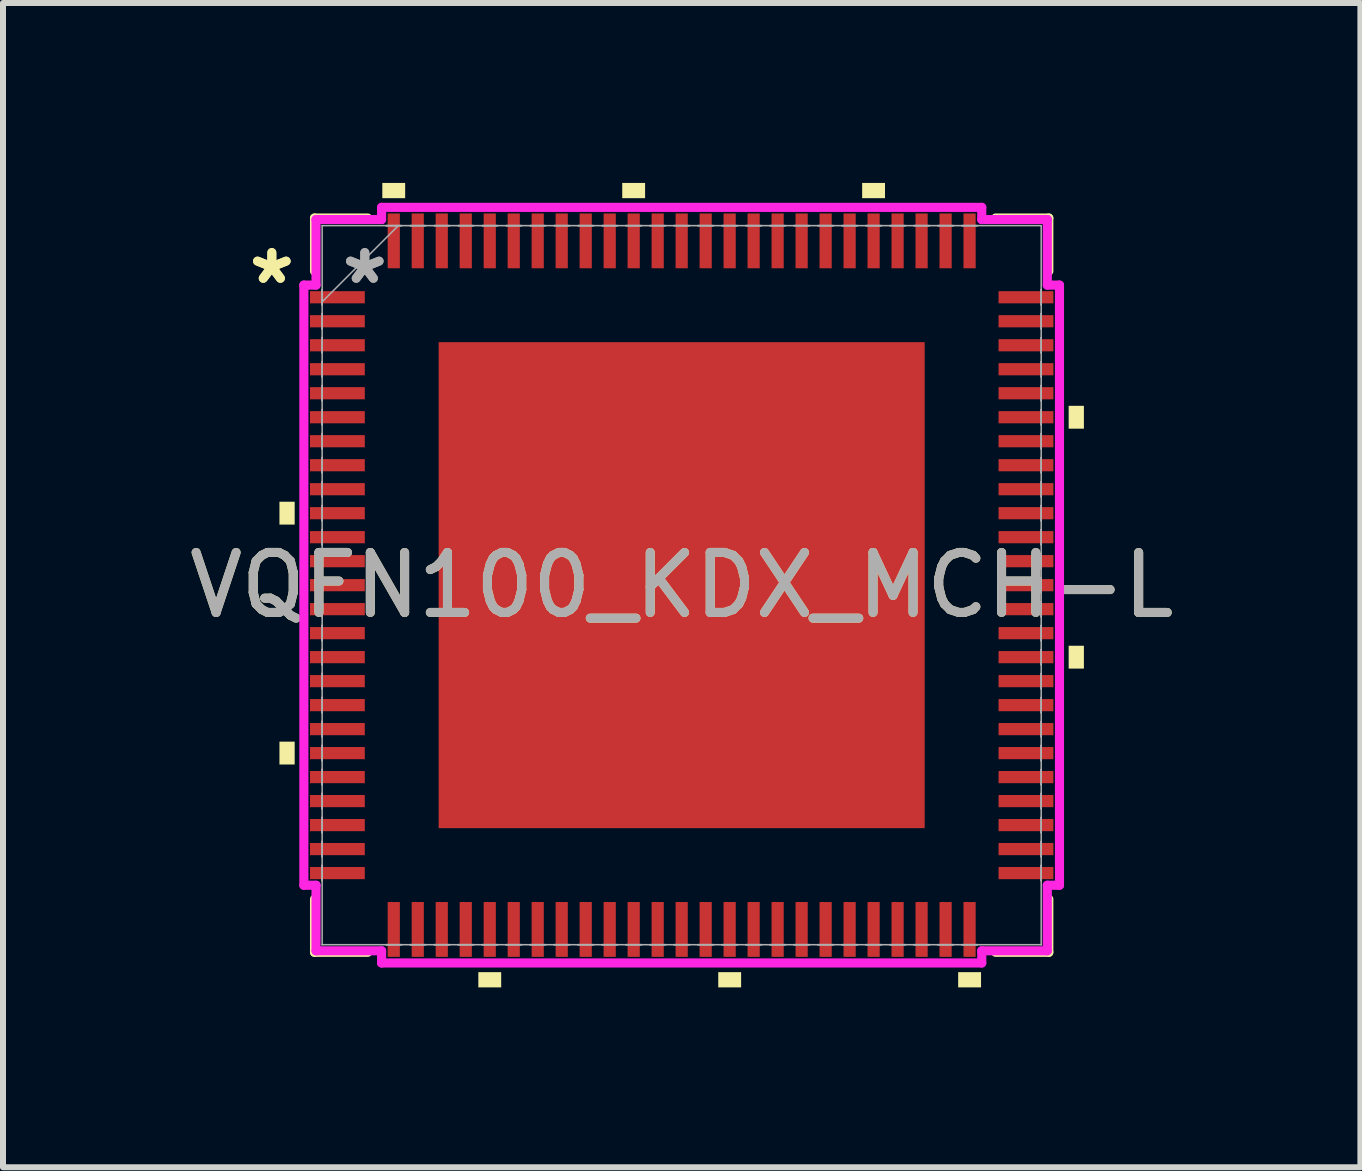
<source format=kicad_pcb>
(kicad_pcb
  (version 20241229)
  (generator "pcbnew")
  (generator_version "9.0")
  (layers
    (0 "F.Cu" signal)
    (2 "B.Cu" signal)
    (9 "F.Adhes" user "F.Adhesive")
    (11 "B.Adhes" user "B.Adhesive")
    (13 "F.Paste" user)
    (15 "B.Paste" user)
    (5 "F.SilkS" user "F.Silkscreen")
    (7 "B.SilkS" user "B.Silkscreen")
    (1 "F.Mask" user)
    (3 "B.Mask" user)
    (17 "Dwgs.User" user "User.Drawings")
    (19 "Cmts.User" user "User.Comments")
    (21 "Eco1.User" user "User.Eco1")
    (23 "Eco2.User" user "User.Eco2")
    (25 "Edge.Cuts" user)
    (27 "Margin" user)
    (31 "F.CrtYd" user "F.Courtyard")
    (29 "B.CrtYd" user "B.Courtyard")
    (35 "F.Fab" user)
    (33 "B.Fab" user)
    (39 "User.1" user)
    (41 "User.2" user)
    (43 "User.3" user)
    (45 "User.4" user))
  (footprint "VQFN100_KDX_MCH-L"
    (layer "F.Cu")
    (at 8.315 6.706)
    (property "Reference" "VQFN100_KDX_MCH-L" (at 0 0 0) (unlocked yes) (layer "F.SilkS") (effects (font (size 1 1) (thickness 0.15))))
    (attr smd)
    (fp_line (start -6.121 -6.121) (end -6.121 -5.234) (stroke (width 0.152) (type solid)) (layer "F.SilkS"))
    (fp_line (start -6.121 5.234) (end -6.121 6.121) (stroke (width 0.152) (type solid)) (layer "F.SilkS"))
    (fp_line (start -6.121 6.121) (end -5.234 6.121) (stroke (width 0.152) (type solid)) (layer "F.SilkS"))
    (fp_line (start -5.234 -6.121) (end -6.121 -6.121) (stroke (width 0.152) (type solid)) (layer "F.SilkS"))
    (fp_line (start 5.234 6.121) (end 6.121 6.121) (stroke (width 0.152) (type solid)) (layer "F.SilkS"))
    (fp_line (start 6.121 -6.121) (end 5.234 -6.121) (stroke (width 0.152) (type solid)) (layer "F.SilkS"))
    (fp_line (start 6.121 -5.234) (end 6.121 -6.121) (stroke (width 0.152) (type solid)) (layer "F.SilkS"))
    (fp_line (start 6.121 6.121) (end 6.121 5.234) (stroke (width 0.152) (type solid)) (layer "F.SilkS"))
    (fp_poly (pts (xy -6.706 -1.391) (xy -6.706 -1.01) (xy -6.452 -1.01) (xy -6.452 -1.391)) (stroke (width 0) (type solid)) (fill yes) (layer "F.SilkS"))
    (fp_poly (pts (xy -6.706 2.609) (xy -6.706 2.99) (xy -6.452 2.99) (xy -6.452 2.609)) (stroke (width 0) (type solid)) (fill yes) (layer "F.SilkS"))
    (fp_poly (pts (xy -4.991 -6.452) (xy -4.991 -6.706) (xy -4.61 -6.706) (xy -4.61 -6.452)) (stroke (width 0) (type solid)) (fill yes) (layer "F.SilkS"))
    (fp_poly (pts (xy -3.39 6.452) (xy -3.39 6.706) (xy -3.009 6.706) (xy -3.009 6.452)) (stroke (width 0) (type solid)) (fill yes) (layer "F.SilkS"))
    (fp_poly (pts (xy -0.991 -6.452) (xy -0.991 -6.706) (xy -0.61 -6.706) (xy -0.61 -6.452)) (stroke (width 0) (type solid)) (fill yes) (layer "F.SilkS"))
    (fp_poly (pts (xy 0.61 6.452) (xy 0.61 6.706) (xy 0.991 6.706) (xy 0.991 6.452)) (stroke (width 0) (type solid)) (fill yes) (layer "F.SilkS"))
    (fp_poly (pts (xy 3.009 -6.452) (xy 3.009 -6.706) (xy 3.39 -6.706) (xy 3.39 -6.452)) (stroke (width 0) (type solid)) (fill yes) (layer "F.SilkS"))
    (fp_poly (pts (xy 4.61 6.452) (xy 4.61 6.706) (xy 4.991 6.706) (xy 4.991 6.452)) (stroke (width 0) (type solid)) (fill yes) (layer "F.SilkS"))
    (fp_poly (pts (xy 6.706 -2.99) (xy 6.706 -2.609) (xy 6.452 -2.609) (xy 6.452 -2.99)) (stroke (width 0) (type solid)) (fill yes) (layer "F.SilkS"))
    (fp_poly (pts (xy 6.706 1.01) (xy 6.706 1.391) (xy 6.452 1.391) (xy 6.452 1.01)) (stroke (width 0) (type solid)) (fill yes) (layer "F.SilkS"))
    (fp_poly (pts (xy -3.951 -3.951) (xy -3.951 -2.801) (xy -2.801 -2.801) (xy -2.801 -3.951)) (stroke (width 0) (type solid)) (fill yes) (layer "F.Paste"))
    (fp_poly (pts (xy -3.951 -2.601) (xy -3.951 -1.45) (xy -2.801 -1.45) (xy -2.801 -2.601)) (stroke (width 0) (type solid)) (fill yes) (layer "F.Paste"))
    (fp_poly (pts (xy -3.951 -1.25) (xy -3.951 -0.1) (xy -2.801 -0.1) (xy -2.801 -1.25)) (stroke (width 0) (type solid)) (fill yes) (layer "F.Paste"))
    (fp_poly (pts (xy -3.951 0.1) (xy -3.951 1.25) (xy -2.801 1.25) (xy -2.801 0.1)) (stroke (width 0) (type solid)) (fill yes) (layer "F.Paste"))
    (fp_poly (pts (xy -3.951 1.45) (xy -3.951 2.601) (xy -2.801 2.601) (xy -2.801 1.45)) (stroke (width 0) (type solid)) (fill yes) (layer "F.Paste"))
    (fp_poly (pts (xy -3.951 2.801) (xy -3.951 3.951) (xy -2.801 3.951) (xy -2.801 2.801)) (stroke (width 0) (type solid)) (fill yes) (layer "F.Paste"))
    (fp_poly (pts (xy -2.601 -3.951) (xy -2.601 -2.801) (xy -1.45 -2.801) (xy -1.45 -3.951)) (stroke (width 0) (type solid)) (fill yes) (layer "F.Paste"))
    (fp_poly (pts (xy -2.601 -2.601) (xy -2.601 -1.45) (xy -1.45 -1.45) (xy -1.45 -2.601)) (stroke (width 0) (type solid)) (fill yes) (layer "F.Paste"))
    (fp_poly (pts (xy -2.601 -1.25) (xy -2.601 -0.1) (xy -1.45 -0.1) (xy -1.45 -1.25)) (stroke (width 0) (type solid)) (fill yes) (layer "F.Paste"))
    (fp_poly (pts (xy -2.601 0.1) (xy -2.601 1.25) (xy -1.45 1.25) (xy -1.45 0.1)) (stroke (width 0) (type solid)) (fill yes) (layer "F.Paste"))
    (fp_poly (pts (xy -2.601 1.45) (xy -2.601 2.601) (xy -1.45 2.601) (xy -1.45 1.45)) (stroke (width 0) (type solid)) (fill yes) (layer "F.Paste"))
    (fp_poly (pts (xy -2.601 2.801) (xy -2.601 3.951) (xy -1.45 3.951) (xy -1.45 2.801)) (stroke (width 0) (type solid)) (fill yes) (layer "F.Paste"))
    (fp_poly (pts (xy -1.25 -3.951) (xy -1.25 -2.801) (xy -0.1 -2.801) (xy -0.1 -3.951)) (stroke (width 0) (type solid)) (fill yes) (layer "F.Paste"))
    (fp_poly (pts (xy -1.25 -2.601) (xy -1.25 -1.45) (xy -0.1 -1.45) (xy -0.1 -2.601)) (stroke (width 0) (type solid)) (fill yes) (layer "F.Paste"))
    (fp_poly (pts (xy -1.25 -1.25) (xy -1.25 -0.1) (xy -0.1 -0.1) (xy -0.1 -1.25)) (stroke (width 0) (type solid)) (fill yes) (layer "F.Paste"))
    (fp_poly (pts (xy -1.25 0.1) (xy -1.25 1.25) (xy -0.1 1.25) (xy -0.1 0.1)) (stroke (width 0) (type solid)) (fill yes) (layer "F.Paste"))
    (fp_poly (pts (xy -1.25 1.45) (xy -1.25 2.601) (xy -0.1 2.601) (xy -0.1 1.45)) (stroke (width 0) (type solid)) (fill yes) (layer "F.Paste"))
    (fp_poly (pts (xy -1.25 2.801) (xy -1.25 3.951) (xy -0.1 3.951) (xy -0.1 2.801)) (stroke (width 0) (type solid)) (fill yes) (layer "F.Paste"))
    (fp_poly (pts (xy 0.1 -3.951) (xy 0.1 -2.801) (xy 1.25 -2.801) (xy 1.25 -3.951)) (stroke (width 0) (type solid)) (fill yes) (layer "F.Paste"))
    (fp_poly (pts (xy 0.1 -2.601) (xy 0.1 -1.45) (xy 1.25 -1.45) (xy 1.25 -2.601)) (stroke (width 0) (type solid)) (fill yes) (layer "F.Paste"))
    (fp_poly (pts (xy 0.1 -1.25) (xy 0.1 -0.1) (xy 1.25 -0.1) (xy 1.25 -1.25)) (stroke (width 0) (type solid)) (fill yes) (layer "F.Paste"))
    (fp_poly (pts (xy 0.1 0.1) (xy 0.1 1.25) (xy 1.25 1.25) (xy 1.25 0.1)) (stroke (width 0) (type solid)) (fill yes) (layer "F.Paste"))
    (fp_poly (pts (xy 0.1 1.45) (xy 0.1 2.601) (xy 1.25 2.601) (xy 1.25 1.45)) (stroke (width 0) (type solid)) (fill yes) (layer "F.Paste"))
    (fp_poly (pts (xy 0.1 2.801) (xy 0.1 3.951) (xy 1.25 3.951) (xy 1.25 2.801)) (stroke (width 0) (type solid)) (fill yes) (layer "F.Paste"))
    (fp_poly (pts (xy 1.45 -3.951) (xy 1.45 -2.801) (xy 2.601 -2.801) (xy 2.601 -3.951)) (stroke (width 0) (type solid)) (fill yes) (layer "F.Paste"))
    (fp_poly (pts (xy 1.45 -2.601) (xy 1.45 -1.45) (xy 2.601 -1.45) (xy 2.601 -2.601)) (stroke (width 0) (type solid)) (fill yes) (layer "F.Paste"))
    (fp_poly (pts (xy 1.45 -1.25) (xy 1.45 -0.1) (xy 2.601 -0.1) (xy 2.601 -1.25)) (stroke (width 0) (type solid)) (fill yes) (layer "F.Paste"))
    (fp_poly (pts (xy 1.45 0.1) (xy 1.45 1.25) (xy 2.601 1.25) (xy 2.601 0.1)) (stroke (width 0) (type solid)) (fill yes) (layer "F.Paste"))
    (fp_poly (pts (xy 1.45 1.45) (xy 1.45 2.601) (xy 2.601 2.601) (xy 2.601 1.45)) (stroke (width 0) (type solid)) (fill yes) (layer "F.Paste"))
    (fp_poly (pts (xy 1.45 2.801) (xy 1.45 3.951) (xy 2.601 3.951) (xy 2.601 2.801)) (stroke (width 0) (type solid)) (fill yes) (layer "F.Paste"))
    (fp_poly (pts (xy 2.801 -3.951) (xy 2.801 -2.801) (xy 3.951 -2.801) (xy 3.951 -3.951)) (stroke (width 0) (type solid)) (fill yes) (layer "F.Paste"))
    (fp_poly (pts (xy 2.801 -2.601) (xy 2.801 -1.45) (xy 3.951 -1.45) (xy 3.951 -2.601)) (stroke (width 0) (type solid)) (fill yes) (layer "F.Paste"))
    (fp_poly (pts (xy 2.801 -1.25) (xy 2.801 -0.1) (xy 3.951 -0.1) (xy 3.951 -1.25)) (stroke (width 0) (type solid)) (fill yes) (layer "F.Paste"))
    (fp_poly (pts (xy 2.801 0.1) (xy 2.801 1.25) (xy 3.951 1.25) (xy 3.951 0.1)) (stroke (width 0) (type solid)) (fill yes) (layer "F.Paste"))
    (fp_poly (pts (xy 2.801 1.45) (xy 2.801 2.601) (xy 3.951 2.601) (xy 3.951 1.45)) (stroke (width 0) (type solid)) (fill yes) (layer "F.Paste"))
    (fp_poly (pts (xy 2.801 2.801) (xy 2.801 3.951) (xy 3.951 3.951) (xy 3.951 2.801)) (stroke (width 0) (type solid)) (fill yes) (layer "F.Paste"))
    (fp_line (start -6.299 -5.003) (end -6.096 -5.003) (stroke (width 0.152) (type solid)) (layer "F.CrtYd"))
    (fp_line (start -6.299 5.003) (end -6.299 -5.003) (stroke (width 0.152) (type solid)) (layer "F.CrtYd"))
    (fp_line (start -6.096 -6.096) (end -5.003 -6.096) (stroke (width 0.152) (type solid)) (layer "F.CrtYd"))
    (fp_line (start -6.096 -5.003) (end -6.096 -6.096) (stroke (width 0.152) (type solid)) (layer "F.CrtYd"))
    (fp_line (start -6.096 5.003) (end -6.299 5.003) (stroke (width 0.152) (type solid)) (layer "F.CrtYd"))
    (fp_line (start -6.096 6.096) (end -6.096 5.003) (stroke (width 0.152) (type solid)) (layer "F.CrtYd"))
    (fp_line (start -5.003 -6.299) (end 5.003 -6.299) (stroke (width 0.152) (type solid)) (layer "F.CrtYd"))
    (fp_line (start -5.003 -6.096) (end -5.003 -6.299) (stroke (width 0.152) (type solid)) (layer "F.CrtYd"))
    (fp_line (start -5.003 6.096) (end -6.096 6.096) (stroke (width 0.152) (type solid)) (layer "F.CrtYd"))
    (fp_line (start -5.003 6.299) (end -5.003 6.096) (stroke (width 0.152) (type solid)) (layer "F.CrtYd"))
    (fp_line (start 5.003 -6.299) (end 5.003 -6.096) (stroke (width 0.152) (type solid)) (layer "F.CrtYd"))
    (fp_line (start 5.003 -6.096) (end 6.096 -6.096) (stroke (width 0.152) (type solid)) (layer "F.CrtYd"))
    (fp_line (start 5.003 6.096) (end 5.003 6.299) (stroke (width 0.152) (type solid)) (layer "F.CrtYd"))
    (fp_line (start 5.003 6.299) (end -5.003 6.299) (stroke (width 0.152) (type solid)) (layer "F.CrtYd"))
    (fp_line (start 6.096 -6.096) (end 6.096 -5.003) (stroke (width 0.152) (type solid)) (layer "F.CrtYd"))
    (fp_line (start 6.096 -5.003) (end 6.299 -5.003) (stroke (width 0.152) (type solid)) (layer "F.CrtYd"))
    (fp_line (start 6.096 5.003) (end 6.096 6.096) (stroke (width 0.152) (type solid)) (layer "F.CrtYd"))
    (fp_line (start 6.096 6.096) (end 5.003 6.096) (stroke (width 0.152) (type solid)) (layer "F.CrtYd"))
    (fp_line (start 6.299 -5.003) (end 6.299 5.003) (stroke (width 0.152) (type solid)) (layer "F.CrtYd"))
    (fp_line (start 6.299 5.003) (end 6.096 5.003) (stroke (width 0.152) (type solid)) (layer "F.CrtYd"))
    (fp_line (start -5.994 -5.994) (end -5.994 -5.994) (stroke (width 0.025) (type solid)) (layer "F.Fab"))
    (fp_line (start -5.994 -5.994) (end -5.994 5.994) (stroke (width 0.025) (type solid)) (layer "F.Fab"))
    (fp_line (start -5.994 -4.927) (end -5.994 -4.927) (stroke (width 0.025) (type solid)) (layer "F.Fab"))
    (fp_line (start -5.994 -4.927) (end -5.994 -4.673) (stroke (width 0.025) (type solid)) (layer "F.Fab"))
    (fp_line (start -5.994 -4.724) (end -4.724 -5.994) (stroke (width 0.025) (type solid)) (layer "F.Fab"))
    (fp_line (start -5.994 -4.673) (end -5.994 -4.927) (stroke (width 0.025) (type solid)) (layer "F.Fab"))
    (fp_line (start -5.994 -4.673) (end -5.994 -4.673) (stroke (width 0.025) (type solid)) (layer "F.Fab"))
    (fp_line (start -5.994 -4.527) (end -5.994 -4.527) (stroke (width 0.025) (type solid)) (layer "F.Fab"))
    (fp_line (start -5.994 -4.527) (end -5.994 -4.273) (stroke (width 0.025) (type solid)) (layer "F.Fab"))
    (fp_line (start -5.994 -4.273) (end -5.994 -4.527) (stroke (width 0.025) (type solid)) (layer "F.Fab"))
    (fp_line (start -5.994 -4.273) (end -5.994 -4.273) (stroke (width 0.025) (type solid)) (layer "F.Fab"))
    (fp_line (start -5.994 -4.127) (end -5.994 -4.127) (stroke (width 0.025) (type solid)) (layer "F.Fab"))
    (fp_line (start -5.994 -4.127) (end -5.994 -3.873) (stroke (width 0.025) (type solid)) (layer "F.Fab"))
    (fp_line (start -5.994 -3.873) (end -5.994 -4.127) (stroke (width 0.025) (type solid)) (layer "F.Fab"))
    (fp_line (start -5.994 -3.873) (end -5.994 -3.873) (stroke (width 0.025) (type solid)) (layer "F.Fab"))
    (fp_line (start -5.994 -3.727) (end -5.994 -3.727) (stroke (width 0.025) (type solid)) (layer "F.Fab"))
    (fp_line (start -5.994 -3.727) (end -5.994 -3.473) (stroke (width 0.025) (type solid)) (layer "F.Fab"))
    (fp_line (start -5.994 -3.473) (end -5.994 -3.727) (stroke (width 0.025) (type solid)) (layer "F.Fab"))
    (fp_line (start -5.994 -3.473) (end -5.994 -3.473) (stroke (width 0.025) (type solid)) (layer "F.Fab"))
    (fp_line (start -5.994 -3.327) (end -5.994 -3.327) (stroke (width 0.025) (type solid)) (layer "F.Fab"))
    (fp_line (start -5.994 -3.327) (end -5.994 -3.073) (stroke (width 0.025) (type solid)) (layer "F.Fab"))
    (fp_line (start -5.994 -3.073) (end -5.994 -3.327) (stroke (width 0.025) (type solid)) (layer "F.Fab"))
    (fp_line (start -5.994 -3.073) (end -5.994 -3.073) (stroke (width 0.025) (type solid)) (layer "F.Fab"))
    (fp_line (start -5.994 -2.927) (end -5.994 -2.927) (stroke (width 0.025) (type solid)) (layer "F.Fab"))
    (fp_line (start -5.994 -2.927) (end -5.994 -2.673) (stroke (width 0.025) (type solid)) (layer "F.Fab"))
    (fp_line (start -5.994 -2.673) (end -5.994 -2.927) (stroke (width 0.025) (type solid)) (layer "F.Fab"))
    (fp_line (start -5.994 -2.673) (end -5.994 -2.673) (stroke (width 0.025) (type solid)) (layer "F.Fab"))
    (fp_line (start -5.994 -2.527) (end -5.994 -2.527) (stroke (width 0.025) (type solid)) (layer "F.Fab"))
    (fp_line (start -5.994 -2.527) (end -5.994 -2.273) (stroke (width 0.025) (type solid)) (layer "F.Fab"))
    (fp_line (start -5.994 -2.273) (end -5.994 -2.527) (stroke (width 0.025) (type solid)) (layer "F.Fab"))
    (fp_line (start -5.994 -2.273) (end -5.994 -2.273) (stroke (width 0.025) (type solid)) (layer "F.Fab"))
    (fp_line (start -5.994 -2.127) (end -5.994 -2.127) (stroke (width 0.025) (type solid)) (layer "F.Fab"))
    (fp_line (start -5.994 -2.127) (end -5.994 -1.873) (stroke (width 0.025) (type solid)) (layer "F.Fab"))
    (fp_line (start -5.994 -1.873) (end -5.994 -2.127) (stroke (width 0.025) (type solid)) (layer "F.Fab"))
    (fp_line (start -5.994 -1.873) (end -5.994 -1.873) (stroke (width 0.025) (type solid)) (layer "F.Fab"))
    (fp_line (start -5.994 -1.727) (end -5.994 -1.727) (stroke (width 0.025) (type solid)) (layer "F.Fab"))
    (fp_line (start -5.994 -1.727) (end -5.994 -1.473) (stroke (width 0.025) (type solid)) (layer "F.Fab"))
    (fp_line (start -5.994 -1.473) (end -5.994 -1.727) (stroke (width 0.025) (type solid)) (layer "F.Fab"))
    (fp_line (start -5.994 -1.473) (end -5.994 -1.473) (stroke (width 0.025) (type solid)) (layer "F.Fab"))
    (fp_line (start -5.994 -1.327) (end -5.994 -1.327) (stroke (width 0.025) (type solid)) (layer "F.Fab"))
    (fp_line (start -5.994 -1.327) (end -5.994 -1.073) (stroke (width 0.025) (type solid)) (layer "F.Fab"))
    (fp_line (start -5.994 -1.073) (end -5.994 -1.327) (stroke (width 0.025) (type solid)) (layer "F.Fab"))
    (fp_line (start -5.994 -1.073) (end -5.994 -1.073) (stroke (width 0.025) (type solid)) (layer "F.Fab"))
    (fp_line (start -5.994 -0.927) (end -5.994 -0.927) (stroke (width 0.025) (type solid)) (layer "F.Fab"))
    (fp_line (start -5.994 -0.927) (end -5.994 -0.673) (stroke (width 0.025) (type solid)) (layer "F.Fab"))
    (fp_line (start -5.994 -0.673) (end -5.994 -0.927) (stroke (width 0.025) (type solid)) (layer "F.Fab"))
    (fp_line (start -5.994 -0.673) (end -5.994 -0.673) (stroke (width 0.025) (type solid)) (layer "F.Fab"))
    (fp_line (start -5.994 -0.527) (end -5.994 -0.527) (stroke (width 0.025) (type solid)) (layer "F.Fab"))
    (fp_line (start -5.994 -0.527) (end -5.994 -0.273) (stroke (width 0.025) (type solid)) (layer "F.Fab"))
    (fp_line (start -5.994 -0.273) (end -5.994 -0.527) (stroke (width 0.025) (type solid)) (layer "F.Fab"))
    (fp_line (start -5.994 -0.273) (end -5.994 -0.273) (stroke (width 0.025) (type solid)) (layer "F.Fab"))
    (fp_line (start -5.994 -0.127) (end -5.994 -0.127) (stroke (width 0.025) (type solid)) (layer "F.Fab"))
    (fp_line (start -5.994 -0.127) (end -5.994 0.127) (stroke (width 0.025) (type solid)) (layer "F.Fab"))
    (fp_line (start -5.994 0.127) (end -5.994 -0.127) (stroke (width 0.025) (type solid)) (layer "F.Fab"))
    (fp_line (start -5.994 0.127) (end -5.994 0.127) (stroke (width 0.025) (type solid)) (layer "F.Fab"))
    (fp_line (start -5.994 0.273) (end -5.994 0.273) (stroke (width 0.025) (type solid)) (layer "F.Fab"))
    (fp_line (start -5.994 0.273) (end -5.994 0.527) (stroke (width 0.025) (type solid)) (layer "F.Fab"))
    (fp_line (start -5.994 0.527) (end -5.994 0.273) (stroke (width 0.025) (type solid)) (layer "F.Fab"))
    (fp_line (start -5.994 0.527) (end -5.994 0.527) (stroke (width 0.025) (type solid)) (layer "F.Fab"))
    (fp_line (start -5.994 0.673) (end -5.994 0.673) (stroke (width 0.025) (type solid)) (layer "F.Fab"))
    (fp_line (start -5.994 0.673) (end -5.994 0.927) (stroke (width 0.025) (type solid)) (layer "F.Fab"))
    (fp_line (start -5.994 0.927) (end -5.994 0.673) (stroke (width 0.025) (type solid)) (layer "F.Fab"))
    (fp_line (start -5.994 0.927) (end -5.994 0.927) (stroke (width 0.025) (type solid)) (layer "F.Fab"))
    (fp_line (start -5.994 1.073) (end -5.994 1.073) (stroke (width 0.025) (type solid)) (layer "F.Fab"))
    (fp_line (start -5.994 1.073) (end -5.994 1.327) (stroke (width 0.025) (type solid)) (layer "F.Fab"))
    (fp_line (start -5.994 1.327) (end -5.994 1.073) (stroke (width 0.025) (type solid)) (layer "F.Fab"))
    (fp_line (start -5.994 1.327) (end -5.994 1.327) (stroke (width 0.025) (type solid)) (layer "F.Fab"))
    (fp_line (start -5.994 1.473) (end -5.994 1.473) (stroke (width 0.025) (type solid)) (layer "F.Fab"))
    (fp_line (start -5.994 1.473) (end -5.994 1.727) (stroke (width 0.025) (type solid)) (layer "F.Fab"))
    (fp_line (start -5.994 1.727) (end -5.994 1.473) (stroke (width 0.025) (type solid)) (layer "F.Fab"))
    (fp_line (start -5.994 1.727) (end -5.994 1.727) (stroke (width 0.025) (type solid)) (layer "F.Fab"))
    (fp_line (start -5.994 1.873) (end -5.994 1.873) (stroke (width 0.025) (type solid)) (layer "F.Fab"))
    (fp_line (start -5.994 1.873) (end -5.994 2.127) (stroke (width 0.025) (type solid)) (layer "F.Fab"))
    (fp_line (start -5.994 2.127) (end -5.994 1.873) (stroke (width 0.025) (type solid)) (layer "F.Fab"))
    (fp_line (start -5.994 2.127) (end -5.994 2.127) (stroke (width 0.025) (type solid)) (layer "F.Fab"))
    (fp_line (start -5.994 2.273) (end -5.994 2.273) (stroke (width 0.025) (type solid)) (layer "F.Fab"))
    (fp_line (start -5.994 2.273) (end -5.994 2.527) (stroke (width 0.025) (type solid)) (layer "F.Fab"))
    (fp_line (start -5.994 2.527) (end -5.994 2.273) (stroke (width 0.025) (type solid)) (layer "F.Fab"))
    (fp_line (start -5.994 2.527) (end -5.994 2.527) (stroke (width 0.025) (type solid)) (layer "F.Fab"))
    (fp_line (start -5.994 2.673) (end -5.994 2.673) (stroke (width 0.025) (type solid)) (layer "F.Fab"))
    (fp_line (start -5.994 2.673) (end -5.994 2.927) (stroke (width 0.025) (type solid)) (layer "F.Fab"))
    (fp_line (start -5.994 2.927) (end -5.994 2.673) (stroke (width 0.025) (type solid)) (layer "F.Fab"))
    (fp_line (start -5.994 2.927) (end -5.994 2.927) (stroke (width 0.025) (type solid)) (layer "F.Fab"))
    (fp_line (start -5.994 3.073) (end -5.994 3.073) (stroke (width 0.025) (type solid)) (layer "F.Fab"))
    (fp_line (start -5.994 3.073) (end -5.994 3.327) (stroke (width 0.025) (type solid)) (layer "F.Fab"))
    (fp_line (start -5.994 3.327) (end -5.994 3.073) (stroke (width 0.025) (type solid)) (layer "F.Fab"))
    (fp_line (start -5.994 3.327) (end -5.994 3.327) (stroke (width 0.025) (type solid)) (layer "F.Fab"))
    (fp_line (start -5.994 3.473) (end -5.994 3.473) (stroke (width 0.025) (type solid)) (layer "F.Fab"))
    (fp_line (start -5.994 3.473) (end -5.994 3.727) (stroke (width 0.025) (type solid)) (layer "F.Fab"))
    (fp_line (start -5.994 3.727) (end -5.994 3.473) (stroke (width 0.025) (type solid)) (layer "F.Fab"))
    (fp_line (start -5.994 3.727) (end -5.994 3.727) (stroke (width 0.025) (type solid)) (layer "F.Fab"))
    (fp_line (start -5.994 3.873) (end -5.994 3.873) (stroke (width 0.025) (type solid)) (layer "F.Fab"))
    (fp_line (start -5.994 3.873) (end -5.994 4.127) (stroke (width 0.025) (type solid)) (layer "F.Fab"))
    (fp_line (start -5.994 4.127) (end -5.994 3.873) (stroke (width 0.025) (type solid)) (layer "F.Fab"))
    (fp_line (start -5.994 4.127) (end -5.994 4.127) (stroke (width 0.025) (type solid)) (layer "F.Fab"))
    (fp_line (start -5.994 4.273) (end -5.994 4.273) (stroke (width 0.025) (type solid)) (layer "F.Fab"))
    (fp_line (start -5.994 4.273) (end -5.994 4.527) (stroke (width 0.025) (type solid)) (layer "F.Fab"))
    (fp_line (start -5.994 4.527) (end -5.994 4.273) (stroke (width 0.025) (type solid)) (layer "F.Fab"))
    (fp_line (start -5.994 4.527) (end -5.994 4.527) (stroke (width 0.025) (type solid)) (layer "F.Fab"))
    (fp_line (start -5.994 4.673) (end -5.994 4.673) (stroke (width 0.025) (type solid)) (layer "F.Fab"))
    (fp_line (start -5.994 4.673) (end -5.994 4.927) (stroke (width 0.025) (type solid)) (layer "F.Fab"))
    (fp_line (start -5.994 4.927) (end -5.994 4.673) (stroke (width 0.025) (type solid)) (layer "F.Fab"))
    (fp_line (start -5.994 4.927) (end -5.994 4.927) (stroke (width 0.025) (type solid)) (layer "F.Fab"))
    (fp_line (start -5.994 5.994) (end -5.994 5.994) (stroke (width 0.025) (type solid)) (layer "F.Fab"))
    (fp_line (start -5.994 5.994) (end 5.994 5.994) (stroke (width 0.025) (type solid)) (layer "F.Fab"))
    (fp_line (start -4.927 5.994) (end -4.927 5.994) (stroke (width 0.025) (type solid)) (layer "F.Fab"))
    (fp_line (start -4.927 5.994) (end -4.673 5.994) (stroke (width 0.025) (type solid)) (layer "F.Fab"))
    (fp_line (start -4.927 -5.994) (end -4.927 -5.994) (stroke (width 0.025) (type solid)) (layer "F.Fab"))
    (fp_line (start -4.927 -5.994) (end -4.673 -5.994) (stroke (width 0.025) (type solid)) (layer "F.Fab"))
    (fp_line (start -4.673 5.994) (end -4.927 5.994) (stroke (width 0.025) (type solid)) (layer "F.Fab"))
    (fp_line (start -4.673 5.994) (end -4.673 5.994) (stroke (width 0.025) (type solid)) (layer "F.Fab"))
    (fp_line (start -4.673 -5.994) (end -4.927 -5.994) (stroke (width 0.025) (type solid)) (layer "F.Fab"))
    (fp_line (start -4.673 -5.994) (end -4.673 -5.994) (stroke (width 0.025) (type solid)) (layer "F.Fab"))
    (fp_line (start -4.527 5.994) (end -4.527 5.994) (stroke (width 0.025) (type solid)) (layer "F.Fab"))
    (fp_line (start -4.527 5.994) (end -4.273 5.994) (stroke (width 0.025) (type solid)) (layer "F.Fab"))
    (fp_line (start -4.527 -5.994) (end -4.527 -5.994) (stroke (width 0.025) (type solid)) (layer "F.Fab"))
    (fp_line (start -4.527 -5.994) (end -4.273 -5.994) (stroke (width 0.025) (type solid)) (layer "F.Fab"))
    (fp_line (start -4.273 5.994) (end -4.527 5.994) (stroke (width 0.025) (type solid)) (layer "F.Fab"))
    (fp_line (start -4.273 5.994) (end -4.273 5.994) (stroke (width 0.025) (type solid)) (layer "F.Fab"))
    (fp_line (start -4.273 -5.994) (end -4.527 -5.994) (stroke (width 0.025) (type solid)) (layer "F.Fab"))
    (fp_line (start -4.273 -5.994) (end -4.273 -5.994) (stroke (width 0.025) (type solid)) (layer "F.Fab"))
    (fp_line (start -4.127 5.994) (end -4.127 5.994) (stroke (width 0.025) (type solid)) (layer "F.Fab"))
    (fp_line (start -4.127 5.994) (end -3.873 5.994) (stroke (width 0.025) (type solid)) (layer "F.Fab"))
    (fp_line (start -4.127 -5.994) (end -4.127 -5.994) (stroke (width 0.025) (type solid)) (layer "F.Fab"))
    (fp_line (start -4.127 -5.994) (end -3.873 -5.994) (stroke (width 0.025) (type solid)) (layer "F.Fab"))
    (fp_line (start -3.873 5.994) (end -4.127 5.994) (stroke (width 0.025) (type solid)) (layer "F.Fab"))
    (fp_line (start -3.873 5.994) (end -3.873 5.994) (stroke (width 0.025) (type solid)) (layer "F.Fab"))
    (fp_line (start -3.873 -5.994) (end -4.127 -5.994) (stroke (width 0.025) (type solid)) (layer "F.Fab"))
    (fp_line (start -3.873 -5.994) (end -3.873 -5.994) (stroke (width 0.025) (type solid)) (layer "F.Fab"))
    (fp_line (start -3.727 5.994) (end -3.727 5.994) (stroke (width 0.025) (type solid)) (layer "F.Fab"))
    (fp_line (start -3.727 5.994) (end -3.473 5.994) (stroke (width 0.025) (type solid)) (layer "F.Fab"))
    (fp_line (start -3.727 -5.994) (end -3.727 -5.994) (stroke (width 0.025) (type solid)) (layer "F.Fab"))
    (fp_line (start -3.727 -5.994) (end -3.473 -5.994) (stroke (width 0.025) (type solid)) (layer "F.Fab"))
    (fp_line (start -3.473 5.994) (end -3.727 5.994) (stroke (width 0.025) (type solid)) (layer "F.Fab"))
    (fp_line (start -3.473 5.994) (end -3.473 5.994) (stroke (width 0.025) (type solid)) (layer "F.Fab"))
    (fp_line (start -3.473 -5.994) (end -3.727 -5.994) (stroke (width 0.025) (type solid)) (layer "F.Fab"))
    (fp_line (start -3.473 -5.994) (end -3.473 -5.994) (stroke (width 0.025) (type solid)) (layer "F.Fab"))
    (fp_line (start -3.327 5.994) (end -3.327 5.994) (stroke (width 0.025) (type solid)) (layer "F.Fab"))
    (fp_line (start -3.327 5.994) (end -3.073 5.994) (stroke (width 0.025) (type solid)) (layer "F.Fab"))
    (fp_line (start -3.327 -5.994) (end -3.327 -5.994) (stroke (width 0.025) (type solid)) (layer "F.Fab"))
    (fp_line (start -3.327 -5.994) (end -3.073 -5.994) (stroke (width 0.025) (type solid)) (layer "F.Fab"))
    (fp_line (start -3.073 5.994) (end -3.327 5.994) (stroke (width 0.025) (type solid)) (layer "F.Fab"))
    (fp_line (start -3.073 5.994) (end -3.073 5.994) (stroke (width 0.025) (type solid)) (layer "F.Fab"))
    (fp_line (start -3.073 -5.994) (end -3.327 -5.994) (stroke (width 0.025) (type solid)) (layer "F.Fab"))
    (fp_line (start -3.073 -5.994) (end -3.073 -5.994) (stroke (width 0.025) (type solid)) (layer "F.Fab"))
    (fp_line (start -2.927 5.994) (end -2.927 5.994) (stroke (width 0.025) (type solid)) (layer "F.Fab"))
    (fp_line (start -2.927 5.994) (end -2.673 5.994) (stroke (width 0.025) (type solid)) (layer "F.Fab"))
    (fp_line (start -2.927 -5.994) (end -2.927 -5.994) (stroke (width 0.025) (type solid)) (layer "F.Fab"))
    (fp_line (start -2.927 -5.994) (end -2.673 -5.994) (stroke (width 0.025) (type solid)) (layer "F.Fab"))
    (fp_line (start -2.673 5.994) (end -2.927 5.994) (stroke (width 0.025) (type solid)) (layer "F.Fab"))
    (fp_line (start -2.673 5.994) (end -2.673 5.994) (stroke (width 0.025) (type solid)) (layer "F.Fab"))
    (fp_line (start -2.673 -5.994) (end -2.927 -5.994) (stroke (width 0.025) (type solid)) (layer "F.Fab"))
    (fp_line (start -2.673 -5.994) (end -2.673 -5.994) (stroke (width 0.025) (type solid)) (layer "F.Fab"))
    (fp_line (start -2.527 -5.994) (end -2.527 -5.994) (stroke (width 0.025) (type solid)) (layer "F.Fab"))
    (fp_line (start -2.527 -5.994) (end -2.273 -5.994) (stroke (width 0.025) (type solid)) (layer "F.Fab"))
    (fp_line (start -2.527 5.994) (end -2.527 5.994) (stroke (width 0.025) (type solid)) (layer "F.Fab"))
    (fp_line (start -2.527 5.994) (end -2.273 5.994) (stroke (width 0.025) (type solid)) (layer "F.Fab"))
    (fp_line (start -2.273 -5.994) (end -2.527 -5.994) (stroke (width 0.025) (type solid)) (layer "F.Fab"))
    (fp_line (start -2.273 -5.994) (end -2.273 -5.994) (stroke (width 0.025) (type solid)) (layer "F.Fab"))
    (fp_line (start -2.273 5.994) (end -2.527 5.994) (stroke (width 0.025) (type solid)) (layer "F.Fab"))
    (fp_line (start -2.273 5.994) (end -2.273 5.994) (stroke (width 0.025) (type solid)) (layer "F.Fab"))
    (fp_line (start -2.127 -5.994) (end -2.127 -5.994) (stroke (width 0.025) (type solid)) (layer "F.Fab"))
    (fp_line (start -2.127 -5.994) (end -1.873 -5.994) (stroke (width 0.025) (type solid)) (layer "F.Fab"))
    (fp_line (start -2.127 5.994) (end -2.127 5.994) (stroke (width 0.025) (type solid)) (layer "F.Fab"))
    (fp_line (start -2.127 5.994) (end -1.873 5.994) (stroke (width 0.025) (type solid)) (layer "F.Fab"))
    (fp_line (start -1.873 -5.994) (end -2.127 -5.994) (stroke (width 0.025) (type solid)) (layer "F.Fab"))
    (fp_line (start -1.873 -5.994) (end -1.873 -5.994) (stroke (width 0.025) (type solid)) (layer "F.Fab"))
    (fp_line (start -1.873 5.994) (end -2.127 5.994) (stroke (width 0.025) (type solid)) (layer "F.Fab"))
    (fp_line (start -1.873 5.994) (end -1.873 5.994) (stroke (width 0.025) (type solid)) (layer "F.Fab"))
    (fp_line (start -1.727 -5.994) (end -1.727 -5.994) (stroke (width 0.025) (type solid)) (layer "F.Fab"))
    (fp_line (start -1.727 -5.994) (end -1.473 -5.994) (stroke (width 0.025) (type solid)) (layer "F.Fab"))
    (fp_line (start -1.727 5.994) (end -1.727 5.994) (stroke (width 0.025) (type solid)) (layer "F.Fab"))
    (fp_line (start -1.727 5.994) (end -1.473 5.994) (stroke (width 0.025) (type solid)) (layer "F.Fab"))
    (fp_line (start -1.473 -5.994) (end -1.727 -5.994) (stroke (width 0.025) (type solid)) (layer "F.Fab"))
    (fp_line (start -1.473 -5.994) (end -1.473 -5.994) (stroke (width 0.025) (type solid)) (layer "F.Fab"))
    (fp_line (start -1.473 5.994) (end -1.727 5.994) (stroke (width 0.025) (type solid)) (layer "F.Fab"))
    (fp_line (start -1.473 5.994) (end -1.473 5.994) (stroke (width 0.025) (type solid)) (layer "F.Fab"))
    (fp_line (start -1.327 -5.994) (end -1.327 -5.994) (stroke (width 0.025) (type solid)) (layer "F.Fab"))
    (fp_line (start -1.327 -5.994) (end -1.073 -5.994) (stroke (width 0.025) (type solid)) (layer "F.Fab"))
    (fp_line (start -1.327 5.994) (end -1.327 5.994) (stroke (width 0.025) (type solid)) (layer "F.Fab"))
    (fp_line (start -1.327 5.994) (end -1.073 5.994) (stroke (width 0.025) (type solid)) (layer "F.Fab"))
    (fp_line (start -1.073 -5.994) (end -1.327 -5.994) (stroke (width 0.025) (type solid)) (layer "F.Fab"))
    (fp_line (start -1.073 -5.994) (end -1.073 -5.994) (stroke (width 0.025) (type solid)) (layer "F.Fab"))
    (fp_line (start -1.073 5.994) (end -1.327 5.994) (stroke (width 0.025) (type solid)) (layer "F.Fab"))
    (fp_line (start -1.073 5.994) (end -1.073 5.994) (stroke (width 0.025) (type solid)) (layer "F.Fab"))
    (fp_line (start -0.927 -5.994) (end -0.927 -5.994) (stroke (width 0.025) (type solid)) (layer "F.Fab"))
    (fp_line (start -0.927 -5.994) (end -0.673 -5.994) (stroke (width 0.025) (type solid)) (layer "F.Fab"))
    (fp_line (start -0.927 5.994) (end -0.927 5.994) (stroke (width 0.025) (type solid)) (layer "F.Fab"))
    (fp_line (start -0.927 5.994) (end -0.673 5.994) (stroke (width 0.025) (type solid)) (layer "F.Fab"))
    (fp_line (start -0.673 -5.994) (end -0.927 -5.994) (stroke (width 0.025) (type solid)) (layer "F.Fab"))
    (fp_line (start -0.673 -5.994) (end -0.673 -5.994) (stroke (width 0.025) (type solid)) (layer "F.Fab"))
    (fp_line (start -0.673 5.994) (end -0.927 5.994) (stroke (width 0.025) (type solid)) (layer "F.Fab"))
    (fp_line (start -0.673 5.994) (end -0.673 5.994) (stroke (width 0.025) (type solid)) (layer "F.Fab"))
    (fp_line (start -0.527 -5.994) (end -0.527 -5.994) (stroke (width 0.025) (type solid)) (layer "F.Fab"))
    (fp_line (start -0.527 -5.994) (end -0.273 -5.994) (stroke (width 0.025) (type solid)) (layer "F.Fab"))
    (fp_line (start -0.527 5.994) (end -0.527 5.994) (stroke (width 0.025) (type solid)) (layer "F.Fab"))
    (fp_line (start -0.527 5.994) (end -0.273 5.994) (stroke (width 0.025) (type solid)) (layer "F.Fab"))
    (fp_line (start -0.273 -5.994) (end -0.527 -5.994) (stroke (width 0.025) (type solid)) (layer "F.Fab"))
    (fp_line (start -0.273 -5.994) (end -0.273 -5.994) (stroke (width 0.025) (type solid)) (layer "F.Fab"))
    (fp_line (start -0.273 5.994) (end -0.527 5.994) (stroke (width 0.025) (type solid)) (layer "F.Fab"))
    (fp_line (start -0.273 5.994) (end -0.273 5.994) (stroke (width 0.025) (type solid)) (layer "F.Fab"))
    (fp_line (start -0.127 -5.994) (end -0.127 -5.994) (stroke (width 0.025) (type solid)) (layer "F.Fab"))
    (fp_line (start -0.127 -5.994) (end 0.127 -5.994) (stroke (width 0.025) (type solid)) (layer "F.Fab"))
    (fp_line (start -0.127 5.994) (end -0.127 5.994) (stroke (width 0.025) (type solid)) (layer "F.Fab"))
    (fp_line (start -0.127 5.994) (end 0.127 5.994) (stroke (width 0.025) (type solid)) (layer "F.Fab"))
    (fp_line (start 0.127 -5.994) (end -0.127 -5.994) (stroke (width 0.025) (type solid)) (layer "F.Fab"))
    (fp_line (start 0.127 -5.994) (end 0.127 -5.994) (stroke (width 0.025) (type solid)) (layer "F.Fab"))
    (fp_line (start 0.127 5.994) (end -0.127 5.994) (stroke (width 0.025) (type solid)) (layer "F.Fab"))
    (fp_line (start 0.127 5.994) (end 0.127 5.994) (stroke (width 0.025) (type solid)) (layer "F.Fab"))
    (fp_line (start 0.273 -5.994) (end 0.273 -5.994) (stroke (width 0.025) (type solid)) (layer "F.Fab"))
    (fp_line (start 0.273 -5.994) (end 0.527 -5.994) (stroke (width 0.025) (type solid)) (layer "F.Fab"))
    (fp_line (start 0.273 5.994) (end 0.273 5.994) (stroke (width 0.025) (type solid)) (layer "F.Fab"))
    (fp_line (start 0.273 5.994) (end 0.527 5.994) (stroke (width 0.025) (type solid)) (layer "F.Fab"))
    (fp_line (start 0.527 -5.994) (end 0.273 -5.994) (stroke (width 0.025) (type solid)) (layer "F.Fab"))
    (fp_line (start 0.527 -5.994) (end 0.527 -5.994) (stroke (width 0.025) (type solid)) (layer "F.Fab"))
    (fp_line (start 0.527 5.994) (end 0.273 5.994) (stroke (width 0.025) (type solid)) (layer "F.Fab"))
    (fp_line (start 0.527 5.994) (end 0.527 5.994) (stroke (width 0.025) (type solid)) (layer "F.Fab"))
    (fp_line (start 0.673 -5.994) (end 0.673 -5.994) (stroke (width 0.025) (type solid)) (layer "F.Fab"))
    (fp_line (start 0.673 -5.994) (end 0.927 -5.994) (stroke (width 0.025) (type solid)) (layer "F.Fab"))
    (fp_line (start 0.673 5.994) (end 0.673 5.994) (stroke (width 0.025) (type solid)) (layer "F.Fab"))
    (fp_line (start 0.673 5.994) (end 0.927 5.994) (stroke (width 0.025) (type solid)) (layer "F.Fab"))
    (fp_line (start 0.927 -5.994) (end 0.673 -5.994) (stroke (width 0.025) (type solid)) (layer "F.Fab"))
    (fp_line (start 0.927 -5.994) (end 0.927 -5.994) (stroke (width 0.025) (type solid)) (layer "F.Fab"))
    (fp_line (start 0.927 5.994) (end 0.673 5.994) (stroke (width 0.025) (type solid)) (layer "F.Fab"))
    (fp_line (start 0.927 5.994) (end 0.927 5.994) (stroke (width 0.025) (type solid)) (layer "F.Fab"))
    (fp_line (start 1.073 -5.994) (end 1.073 -5.994) (stroke (width 0.025) (type solid)) (layer "F.Fab"))
    (fp_line (start 1.073 -5.994) (end 1.327 -5.994) (stroke (width 0.025) (type solid)) (layer "F.Fab"))
    (fp_line (start 1.073 5.994) (end 1.073 5.994) (stroke (width 0.025) (type solid)) (layer "F.Fab"))
    (fp_line (start 1.073 5.994) (end 1.327 5.994) (stroke (width 0.025) (type solid)) (layer "F.Fab"))
    (fp_line (start 1.327 -5.994) (end 1.073 -5.994) (stroke (width 0.025) (type solid)) (layer "F.Fab"))
    (fp_line (start 1.327 -5.994) (end 1.327 -5.994) (stroke (width 0.025) (type solid)) (layer "F.Fab"))
    (fp_line (start 1.327 5.994) (end 1.073 5.994) (stroke (width 0.025) (type solid)) (layer "F.Fab"))
    (fp_line (start 1.327 5.994) (end 1.327 5.994) (stroke (width 0.025) (type solid)) (layer "F.Fab"))
    (fp_line (start 1.473 -5.994) (end 1.473 -5.994) (stroke (width 0.025) (type solid)) (layer "F.Fab"))
    (fp_line (start 1.473 -5.994) (end 1.727 -5.994) (stroke (width 0.025) (type solid)) (layer "F.Fab"))
    (fp_line (start 1.473 5.994) (end 1.473 5.994) (stroke (width 0.025) (type solid)) (layer "F.Fab"))
    (fp_line (start 1.473 5.994) (end 1.727 5.994) (stroke (width 0.025) (type solid)) (layer "F.Fab"))
    (fp_line (start 1.727 -5.994) (end 1.473 -5.994) (stroke (width 0.025) (type solid)) (layer "F.Fab"))
    (fp_line (start 1.727 -5.994) (end 1.727 -5.994) (stroke (width 0.025) (type solid)) (layer "F.Fab"))
    (fp_line (start 1.727 5.994) (end 1.473 5.994) (stroke (width 0.025) (type solid)) (layer "F.Fab"))
    (fp_line (start 1.727 5.994) (end 1.727 5.994) (stroke (width 0.025) (type solid)) (layer "F.Fab"))
    (fp_line (start 1.873 -5.994) (end 1.873 -5.994) (stroke (width 0.025) (type solid)) (layer "F.Fab"))
    (fp_line (start 1.873 -5.994) (end 2.127 -5.994) (stroke (width 0.025) (type solid)) (layer "F.Fab"))
    (fp_line (start 1.873 5.994) (end 1.873 5.994) (stroke (width 0.025) (type solid)) (layer "F.Fab"))
    (fp_line (start 1.873 5.994) (end 2.127 5.994) (stroke (width 0.025) (type solid)) (layer "F.Fab"))
    (fp_line (start 2.127 -5.994) (end 1.873 -5.994) (stroke (width 0.025) (type solid)) (layer "F.Fab"))
    (fp_line (start 2.127 -5.994) (end 2.127 -5.994) (stroke (width 0.025) (type solid)) (layer "F.Fab"))
    (fp_line (start 2.127 5.994) (end 1.873 5.994) (stroke (width 0.025) (type solid)) (layer "F.Fab"))
    (fp_line (start 2.127 5.994) (end 2.127 5.994) (stroke (width 0.025) (type solid)) (layer "F.Fab"))
    (fp_line (start 2.273 -5.994) (end 2.273 -5.994) (stroke (width 0.025) (type solid)) (layer "F.Fab"))
    (fp_line (start 2.273 -5.994) (end 2.527 -5.994) (stroke (width 0.025) (type solid)) (layer "F.Fab"))
    (fp_line (start 2.273 5.994) (end 2.273 5.994) (stroke (width 0.025) (type solid)) (layer "F.Fab"))
    (fp_line (start 2.273 5.994) (end 2.527 5.994) (stroke (width 0.025) (type solid)) (layer "F.Fab"))
    (fp_line (start 2.527 -5.994) (end 2.273 -5.994) (stroke (width 0.025) (type solid)) (layer "F.Fab"))
    (fp_line (start 2.527 -5.994) (end 2.527 -5.994) (stroke (width 0.025) (type solid)) (layer "F.Fab"))
    (fp_line (start 2.527 5.994) (end 2.273 5.994) (stroke (width 0.025) (type solid)) (layer "F.Fab"))
    (fp_line (start 2.527 5.994) (end 2.527 5.994) (stroke (width 0.025) (type solid)) (layer "F.Fab"))
    (fp_line (start 2.673 5.994) (end 2.673 5.994) (stroke (width 0.025) (type solid)) (layer "F.Fab"))
    (fp_line (start 2.673 5.994) (end 2.927 5.994) (stroke (width 0.025) (type solid)) (layer "F.Fab"))
    (fp_line (start 2.673 -5.994) (end 2.673 -5.994) (stroke (width 0.025) (type solid)) (layer "F.Fab"))
    (fp_line (start 2.673 -5.994) (end 2.927 -5.994) (stroke (width 0.025) (type solid)) (layer "F.Fab"))
    (fp_line (start 2.927 5.994) (end 2.673 5.994) (stroke (width 0.025) (type solid)) (layer "F.Fab"))
    (fp_line (start 2.927 5.994) (end 2.927 5.994) (stroke (width 0.025) (type solid)) (layer "F.Fab"))
    (fp_line (start 2.927 -5.994) (end 2.673 -5.994) (stroke (width 0.025) (type solid)) (layer "F.Fab"))
    (fp_line (start 2.927 -5.994) (end 2.927 -5.994) (stroke (width 0.025) (type solid)) (layer "F.Fab"))
    (fp_line (start 3.073 5.994) (end 3.073 5.994) (stroke (width 0.025) (type solid)) (layer "F.Fab"))
    (fp_line (start 3.073 5.994) (end 3.327 5.994) (stroke (width 0.025) (type solid)) (layer "F.Fab"))
    (fp_line (start 3.073 -5.994) (end 3.073 -5.994) (stroke (width 0.025) (type solid)) (layer "F.Fab"))
    (fp_line (start 3.073 -5.994) (end 3.327 -5.994) (stroke (width 0.025) (type solid)) (layer "F.Fab"))
    (fp_line (start 3.327 5.994) (end 3.073 5.994) (stroke (width 0.025) (type solid)) (layer "F.Fab"))
    (fp_line (start 3.327 5.994) (end 3.327 5.994) (stroke (width 0.025) (type solid)) (layer "F.Fab"))
    (fp_line (start 3.327 -5.994) (end 3.073 -5.994) (stroke (width 0.025) (type solid)) (layer "F.Fab"))
    (fp_line (start 3.327 -5.994) (end 3.327 -5.994) (stroke (width 0.025) (type solid)) (layer "F.Fab"))
    (fp_line (start 3.473 5.994) (end 3.473 5.994) (stroke (width 0.025) (type solid)) (layer "F.Fab"))
    (fp_line (start 3.473 5.994) (end 3.727 5.994) (stroke (width 0.025) (type solid)) (layer "F.Fab"))
    (fp_line (start 3.473 -5.994) (end 3.473 -5.994) (stroke (width 0.025) (type solid)) (layer "F.Fab"))
    (fp_line (start 3.473 -5.994) (end 3.727 -5.994) (stroke (width 0.025) (type solid)) (layer "F.Fab"))
    (fp_line (start 3.727 5.994) (end 3.473 5.994) (stroke (width 0.025) (type solid)) (layer "F.Fab"))
    (fp_line (start 3.727 5.994) (end 3.727 5.994) (stroke (width 0.025) (type solid)) (layer "F.Fab"))
    (fp_line (start 3.727 -5.994) (end 3.473 -5.994) (stroke (width 0.025) (type solid)) (layer "F.Fab"))
    (fp_line (start 3.727 -5.994) (end 3.727 -5.994) (stroke (width 0.025) (type solid)) (layer "F.Fab"))
    (fp_line (start 3.873 5.994) (end 3.873 5.994) (stroke (width 0.025) (type solid)) (layer "F.Fab"))
    (fp_line (start 3.873 5.994) (end 4.127 5.994) (stroke (width 0.025) (type solid)) (layer "F.Fab"))
    (fp_line (start 3.873 -5.994) (end 3.873 -5.994) (stroke (width 0.025) (type solid)) (layer "F.Fab"))
    (fp_line (start 3.873 -5.994) (end 4.127 -5.994) (stroke (width 0.025) (type solid)) (layer "F.Fab"))
    (fp_line (start 4.127 5.994) (end 3.873 5.994) (stroke (width 0.025) (type solid)) (layer "F.Fab"))
    (fp_line (start 4.127 5.994) (end 4.127 5.994) (stroke (width 0.025) (type solid)) (layer "F.Fab"))
    (fp_line (start 4.127 -5.994) (end 3.873 -5.994) (stroke (width 0.025) (type solid)) (layer "F.Fab"))
    (fp_line (start 4.127 -5.994) (end 4.127 -5.994) (stroke (width 0.025) (type solid)) (layer "F.Fab"))
    (fp_line (start 4.273 5.994) (end 4.273 5.994) (stroke (width 0.025) (type solid)) (layer "F.Fab"))
    (fp_line (start 4.273 5.994) (end 4.527 5.994) (stroke (width 0.025) (type solid)) (layer "F.Fab"))
    (fp_line (start 4.273 -5.994) (end 4.273 -5.994) (stroke (width 0.025) (type solid)) (layer "F.Fab"))
    (fp_line (start 4.273 -5.994) (end 4.527 -5.994) (stroke (width 0.025) (type solid)) (layer "F.Fab"))
    (fp_line (start 4.527 5.994) (end 4.273 5.994) (stroke (width 0.025) (type solid)) (layer "F.Fab"))
    (fp_line (start 4.527 5.994) (end 4.527 5.994) (stroke (width 0.025) (type solid)) (layer "F.Fab"))
    (fp_line (start 4.527 -5.994) (end 4.273 -5.994) (stroke (width 0.025) (type solid)) (layer "F.Fab"))
    (fp_line (start 4.527 -5.994) (end 4.527 -5.994) (stroke (width 0.025) (type solid)) (layer "F.Fab"))
    (fp_line (start 4.673 5.994) (end 4.673 5.994) (stroke (width 0.025) (type solid)) (layer "F.Fab"))
    (fp_line (start 4.673 5.994) (end 4.927 5.994) (stroke (width 0.025) (type solid)) (layer "F.Fab"))
    (fp_line (start 4.673 -5.994) (end 4.673 -5.994) (stroke (width 0.025) (type solid)) (layer "F.Fab"))
    (fp_line (start 4.673 -5.994) (end 4.927 -5.994) (stroke (width 0.025) (type solid)) (layer "F.Fab"))
    (fp_line (start 4.927 5.994) (end 4.673 5.994) (stroke (width 0.025) (type solid)) (layer "F.Fab"))
    (fp_line (start 4.927 5.994) (end 4.927 5.994) (stroke (width 0.025) (type solid)) (layer "F.Fab"))
    (fp_line (start 4.927 -5.994) (end 4.673 -5.994) (stroke (width 0.025) (type solid)) (layer "F.Fab"))
    (fp_line (start 4.927 -5.994) (end 4.927 -5.994) (stroke (width 0.025) (type solid)) (layer "F.Fab"))
    (fp_line (start 5.994 -5.994) (end -5.994 -5.994) (stroke (width 0.025) (type solid)) (layer "F.Fab"))
    (fp_line (start 5.994 -5.994) (end 5.994 -5.994) (stroke (width 0.025) (type solid)) (layer "F.Fab"))
    (fp_line (start 5.994 -4.927) (end 5.994 -4.927) (stroke (width 0.025) (type solid)) (layer "F.Fab"))
    (fp_line (start 5.994 -4.927) (end 5.994 -4.673) (stroke (width 0.025) (type solid)) (layer "F.Fab"))
    (fp_line (start 5.994 -4.673) (end 5.994 -4.927) (stroke (width 0.025) (type solid)) (layer "F.Fab"))
    (fp_line (start 5.994 -4.673) (end 5.994 -4.673) (stroke (width 0.025) (type solid)) (layer "F.Fab"))
    (fp_line (start 5.994 -4.527) (end 5.994 -4.527) (stroke (width 0.025) (type solid)) (layer "F.Fab"))
    (fp_line (start 5.994 -4.527) (end 5.994 -4.273) (stroke (width 0.025) (type solid)) (layer "F.Fab"))
    (fp_line (start 5.994 -4.273) (end 5.994 -4.527) (stroke (width 0.025) (type solid)) (layer "F.Fab"))
    (fp_line (start 5.994 -4.273) (end 5.994 -4.273) (stroke (width 0.025) (type solid)) (layer "F.Fab"))
    (fp_line (start 5.994 -4.127) (end 5.994 -4.127) (stroke (width 0.025) (type solid)) (layer "F.Fab"))
    (fp_line (start 5.994 -4.127) (end 5.994 -3.873) (stroke (width 0.025) (type solid)) (layer "F.Fab"))
    (fp_line (start 5.994 -3.873) (end 5.994 -4.127) (stroke (width 0.025) (type solid)) (layer "F.Fab"))
    (fp_line (start 5.994 -3.873) (end 5.994 -3.873) (stroke (width 0.025) (type solid)) (layer "F.Fab"))
    (fp_line (start 5.994 -3.727) (end 5.994 -3.727) (stroke (width 0.025) (type solid)) (layer "F.Fab"))
    (fp_line (start 5.994 -3.727) (end 5.994 -3.473) (stroke (width 0.025) (type solid)) (layer "F.Fab"))
    (fp_line (start 5.994 -3.473) (end 5.994 -3.727) (stroke (width 0.025) (type solid)) (layer "F.Fab"))
    (fp_line (start 5.994 -3.473) (end 5.994 -3.473) (stroke (width 0.025) (type solid)) (layer "F.Fab"))
    (fp_line (start 5.994 -3.327) (end 5.994 -3.327) (stroke (width 0.025) (type solid)) (layer "F.Fab"))
    (fp_line (start 5.994 -3.327) (end 5.994 -3.073) (stroke (width 0.025) (type solid)) (layer "F.Fab"))
    (fp_line (start 5.994 -3.073) (end 5.994 -3.327) (stroke (width 0.025) (type solid)) (layer "F.Fab"))
    (fp_line (start 5.994 -3.073) (end 5.994 -3.073) (stroke (width 0.025) (type solid)) (layer "F.Fab"))
    (fp_line (start 5.994 -2.927) (end 5.994 -2.927) (stroke (width 0.025) (type solid)) (layer "F.Fab"))
    (fp_line (start 5.994 -2.927) (end 5.994 -2.673) (stroke (width 0.025) (type solid)) (layer "F.Fab"))
    (fp_line (start 5.994 -2.673) (end 5.994 -2.927) (stroke (width 0.025) (type solid)) (layer "F.Fab"))
    (fp_line (start 5.994 -2.673) (end 5.994 -2.673) (stroke (width 0.025) (type solid)) (layer "F.Fab"))
    (fp_line (start 5.994 -2.527) (end 5.994 -2.527) (stroke (width 0.025) (type solid)) (layer "F.Fab"))
    (fp_line (start 5.994 -2.527) (end 5.994 -2.273) (stroke (width 0.025) (type solid)) (layer "F.Fab"))
    (fp_line (start 5.994 -2.273) (end 5.994 -2.527) (stroke (width 0.025) (type solid)) (layer "F.Fab"))
    (fp_line (start 5.994 -2.273) (end 5.994 -2.273) (stroke (width 0.025) (type solid)) (layer "F.Fab"))
    (fp_line (start 5.994 -2.127) (end 5.994 -2.127) (stroke (width 0.025) (type solid)) (layer "F.Fab"))
    (fp_line (start 5.994 -2.127) (end 5.994 -1.873) (stroke (width 0.025) (type solid)) (layer "F.Fab"))
    (fp_line (start 5.994 -1.873) (end 5.994 -2.127) (stroke (width 0.025) (type solid)) (layer "F.Fab"))
    (fp_line (start 5.994 -1.873) (end 5.994 -1.873) (stroke (width 0.025) (type solid)) (layer "F.Fab"))
    (fp_line (start 5.994 -1.727) (end 5.994 -1.727) (stroke (width 0.025) (type solid)) (layer "F.Fab"))
    (fp_line (start 5.994 -1.727) (end 5.994 -1.473) (stroke (width 0.025) (type solid)) (layer "F.Fab"))
    (fp_line (start 5.994 -1.473) (end 5.994 -1.727) (stroke (width 0.025) (type solid)) (layer "F.Fab"))
    (fp_line (start 5.994 -1.473) (end 5.994 -1.473) (stroke (width 0.025) (type solid)) (layer "F.Fab"))
    (fp_line (start 5.994 -1.327) (end 5.994 -1.327) (stroke (width 0.025) (type solid)) (layer "F.Fab"))
    (fp_line (start 5.994 -1.327) (end 5.994 -1.073) (stroke (width 0.025) (type solid)) (layer "F.Fab"))
    (fp_line (start 5.994 -1.073) (end 5.994 -1.327) (stroke (width 0.025) (type solid)) (layer "F.Fab"))
    (fp_line (start 5.994 -1.073) (end 5.994 -1.073) (stroke (width 0.025) (type solid)) (layer "F.Fab"))
    (fp_line (start 5.994 -0.927) (end 5.994 -0.927) (stroke (width 0.025) (type solid)) (layer "F.Fab"))
    (fp_line (start 5.994 -0.927) (end 5.994 -0.673) (stroke (width 0.025) (type solid)) (layer "F.Fab"))
    (fp_line (start 5.994 -0.673) (end 5.994 -0.927) (stroke (width 0.025) (type solid)) (layer "F.Fab"))
    (fp_line (start 5.994 -0.673) (end 5.994 -0.673) (stroke (width 0.025) (type solid)) (layer "F.Fab"))
    (fp_line (start 5.994 -0.527) (end 5.994 -0.527) (stroke (width 0.025) (type solid)) (layer "F.Fab"))
    (fp_line (start 5.994 -0.527) (end 5.994 -0.273) (stroke (width 0.025) (type solid)) (layer "F.Fab"))
    (fp_line (start 5.994 -0.273) (end 5.994 -0.527) (stroke (width 0.025) (type solid)) (layer "F.Fab"))
    (fp_line (start 5.994 -0.273) (end 5.994 -0.273) (stroke (width 0.025) (type solid)) (layer "F.Fab"))
    (fp_line (start 5.994 -0.127) (end 5.994 -0.127) (stroke (width 0.025) (type solid)) (layer "F.Fab"))
    (fp_line (start 5.994 -0.127) (end 5.994 0.127) (stroke (width 0.025) (type solid)) (layer "F.Fab"))
    (fp_line (start 5.994 0.127) (end 5.994 -0.127) (stroke (width 0.025) (type solid)) (layer "F.Fab"))
    (fp_line (start 5.994 0.127) (end 5.994 0.127) (stroke (width 0.025) (type solid)) (layer "F.Fab"))
    (fp_line (start 5.994 0.273) (end 5.994 0.273) (stroke (width 0.025) (type solid)) (layer "F.Fab"))
    (fp_line (start 5.994 0.273) (end 5.994 0.527) (stroke (width 0.025) (type solid)) (layer "F.Fab"))
    (fp_line (start 5.994 0.527) (end 5.994 0.273) (stroke (width 0.025) (type solid)) (layer "F.Fab"))
    (fp_line (start 5.994 0.527) (end 5.994 0.527) (stroke (width 0.025) (type solid)) (layer "F.Fab"))
    (fp_line (start 5.994 0.673) (end 5.994 0.673) (stroke (width 0.025) (type solid)) (layer "F.Fab"))
    (fp_line (start 5.994 0.673) (end 5.994 0.927) (stroke (width 0.025) (type solid)) (layer "F.Fab"))
    (fp_line (start 5.994 0.927) (end 5.994 0.673) (stroke (width 0.025) (type solid)) (layer "F.Fab"))
    (fp_line (start 5.994 0.927) (end 5.994 0.927) (stroke (width 0.025) (type solid)) (layer "F.Fab"))
    (fp_line (start 5.994 1.073) (end 5.994 1.073) (stroke (width 0.025) (type solid)) (layer "F.Fab"))
    (fp_line (start 5.994 1.073) (end 5.994 1.327) (stroke (width 0.025) (type solid)) (layer "F.Fab"))
    (fp_line (start 5.994 1.327) (end 5.994 1.073) (stroke (width 0.025) (type solid)) (layer "F.Fab"))
    (fp_line (start 5.994 1.327) (end 5.994 1.327) (stroke (width 0.025) (type solid)) (layer "F.Fab"))
    (fp_line (start 5.994 1.473) (end 5.994 1.473) (stroke (width 0.025) (type solid)) (layer "F.Fab"))
    (fp_line (start 5.994 1.473) (end 5.994 1.727) (stroke (width 0.025) (type solid)) (layer "F.Fab"))
    (fp_line (start 5.994 1.727) (end 5.994 1.473) (stroke (width 0.025) (type solid)) (layer "F.Fab"))
    (fp_line (start 5.994 1.727) (end 5.994 1.727) (stroke (width 0.025) (type solid)) (layer "F.Fab"))
    (fp_line (start 5.994 1.873) (end 5.994 1.873) (stroke (width 0.025) (type solid)) (layer "F.Fab"))
    (fp_line (start 5.994 1.873) (end 5.994 2.127) (stroke (width 0.025) (type solid)) (layer "F.Fab"))
    (fp_line (start 5.994 2.127) (end 5.994 1.873) (stroke (width 0.025) (type solid)) (layer "F.Fab"))
    (fp_line (start 5.994 2.127) (end 5.994 2.127) (stroke (width 0.025) (type solid)) (layer "F.Fab"))
    (fp_line (start 5.994 2.273) (end 5.994 2.273) (stroke (width 0.025) (type solid)) (layer "F.Fab"))
    (fp_line (start 5.994 2.273) (end 5.994 2.527) (stroke (width 0.025) (type solid)) (layer "F.Fab"))
    (fp_line (start 5.994 2.527) (end 5.994 2.273) (stroke (width 0.025) (type solid)) (layer "F.Fab"))
    (fp_line (start 5.994 2.527) (end 5.994 2.527) (stroke (width 0.025) (type solid)) (layer "F.Fab"))
    (fp_line (start 5.994 2.673) (end 5.994 2.673) (stroke (width 0.025) (type solid)) (layer "F.Fab"))
    (fp_line (start 5.994 2.673) (end 5.994 2.927) (stroke (width 0.025) (type solid)) (layer "F.Fab"))
    (fp_line (start 5.994 2.927) (end 5.994 2.673) (stroke (width 0.025) (type solid)) (layer "F.Fab"))
    (fp_line (start 5.994 2.927) (end 5.994 2.927) (stroke (width 0.025) (type solid)) (layer "F.Fab"))
    (fp_line (start 5.994 3.073) (end 5.994 3.073) (stroke (width 0.025) (type solid)) (layer "F.Fab"))
    (fp_line (start 5.994 3.073) (end 5.994 3.327) (stroke (width 0.025) (type solid)) (layer "F.Fab"))
    (fp_line (start 5.994 3.327) (end 5.994 3.073) (stroke (width 0.025) (type solid)) (layer "F.Fab"))
    (fp_line (start 5.994 3.327) (end 5.994 3.327) (stroke (width 0.025) (type solid)) (layer "F.Fab"))
    (fp_line (start 5.994 3.473) (end 5.994 3.473) (stroke (width 0.025) (type solid)) (layer "F.Fab"))
    (fp_line (start 5.994 3.473) (end 5.994 3.727) (stroke (width 0.025) (type solid)) (layer "F.Fab"))
    (fp_line (start 5.994 3.727) (end 5.994 3.473) (stroke (width 0.025) (type solid)) (layer "F.Fab"))
    (fp_line (start 5.994 3.727) (end 5.994 3.727) (stroke (width 0.025) (type solid)) (layer "F.Fab"))
    (fp_line (start 5.994 3.873) (end 5.994 3.873) (stroke (width 0.025) (type solid)) (layer "F.Fab"))
    (fp_line (start 5.994 3.873) (end 5.994 4.127) (stroke (width 0.025) (type solid)) (layer "F.Fab"))
    (fp_line (start 5.994 4.127) (end 5.994 3.873) (stroke (width 0.025) (type solid)) (layer "F.Fab"))
    (fp_line (start 5.994 4.127) (end 5.994 4.127) (stroke (width 0.025) (type solid)) (layer "F.Fab"))
    (fp_line (start 5.994 4.273) (end 5.994 4.273) (stroke (width 0.025) (type solid)) (layer "F.Fab"))
    (fp_line (start 5.994 4.273) (end 5.994 4.527) (stroke (width 0.025) (type solid)) (layer "F.Fab"))
    (fp_line (start 5.994 4.527) (end 5.994 4.273) (stroke (width 0.025) (type solid)) (layer "F.Fab"))
    (fp_line (start 5.994 4.527) (end 5.994 4.527) (stroke (width 0.025) (type solid)) (layer "F.Fab"))
    (fp_line (start 5.994 4.673) (end 5.994 4.673) (stroke (width 0.025) (type solid)) (layer "F.Fab"))
    (fp_line (start 5.994 4.673) (end 5.994 4.927) (stroke (width 0.025) (type solid)) (layer "F.Fab"))
    (fp_line (start 5.994 4.927) (end 5.994 4.673) (stroke (width 0.025) (type solid)) (layer "F.Fab"))
    (fp_line (start 5.994 4.927) (end 5.994 4.927) (stroke (width 0.025) (type solid)) (layer "F.Fab"))
    (fp_line (start 5.994 5.994) (end 5.994 -5.994) (stroke (width 0.025) (type solid)) (layer "F.Fab"))
    (fp_line (start 5.994 5.994) (end 5.994 5.994) (stroke (width 0.025) (type solid)) (layer "F.Fab"))
    (fp_text user "*" (at -6.833 -5 0) (layer "F.SilkS") (effects (font (size 1 1) (thickness 0.15))))
    (fp_text user "*" (at -6.833 -5 0) (unlocked yes) (layer "F.SilkS") (effects (font (size 1 1) (thickness 0.15))))
    (fp_text user "*" (at -5.283 -5 0) (unlocked yes) (layer "F.Fab") (effects (font (size 1 1) (thickness 0.15))))
    (fp_text user "*" (at -5.283 -5 0) (layer "F.Fab") (effects (font (size 1 1) (thickness 0.15))))
    (fp_text user "${REFERENCE}" (at 0 0 0) (unlocked yes) (layer "F.Fab") (effects (font (size 1 1) (thickness 0.15))))
    (pad "1" smd rect (at -5.74 -4.8 90) (size 0.203 0.914) (layers "F.Cu" "F.Mask" "F.Paste"))
    (pad "2" smd rect (at -5.74 -4.4 90) (size 0.203 0.914) (layers "F.Cu" "F.Mask" "F.Paste"))
    (pad "3" smd rect (at -5.74 -4 90) (size 0.203 0.914) (layers "F.Cu" "F.Mask" "F.Paste"))
    (pad "4" smd rect (at -5.74 -3.6 90) (size 0.203 0.914) (layers "F.Cu" "F.Mask" "F.Paste"))
    (pad "5" smd rect (at -5.74 -3.2 90) (size 0.203 0.914) (layers "F.Cu" "F.Mask" "F.Paste"))
    (pad "6" smd rect (at -5.74 -2.8 90) (size 0.203 0.914) (layers "F.Cu" "F.Mask" "F.Paste"))
    (pad "7" smd rect (at -5.74 -2.4 90) (size 0.203 0.914) (layers "F.Cu" "F.Mask" "F.Paste"))
    (pad "8" smd rect (at -5.74 -2 90) (size 0.203 0.914) (layers "F.Cu" "F.Mask" "F.Paste"))
    (pad "9" smd rect (at -5.74 -1.6 90) (size 0.203 0.914) (layers "F.Cu" "F.Mask" "F.Paste"))
    (pad "10" smd rect (at -5.74 -1.2 90) (size 0.203 0.914) (layers "F.Cu" "F.Mask" "F.Paste"))
    (pad "11" smd rect (at -5.74 -0.8 90) (size 0.203 0.914) (layers "F.Cu" "F.Mask" "F.Paste"))
    (pad "12" smd rect (at -5.74 -0.4 90) (size 0.203 0.914) (layers "F.Cu" "F.Mask" "F.Paste"))
    (pad "13" smd rect (at -5.74 0 90) (size 0.203 0.914) (layers "F.Cu" "F.Mask" "F.Paste"))
    (pad "14" smd rect (at -5.74 0.4 90) (size 0.203 0.914) (layers "F.Cu" "F.Mask" "F.Paste"))
    (pad "15" smd rect (at -5.74 0.8 90) (size 0.203 0.914) (layers "F.Cu" "F.Mask" "F.Paste"))
    (pad "16" smd rect (at -5.74 1.2 90) (size 0.203 0.914) (layers "F.Cu" "F.Mask" "F.Paste"))
    (pad "17" smd rect (at -5.74 1.6 90) (size 0.203 0.914) (layers "F.Cu" "F.Mask" "F.Paste"))
    (pad "18" smd rect (at -5.74 2 90) (size 0.203 0.914) (layers "F.Cu" "F.Mask" "F.Paste"))
    (pad "19" smd rect (at -5.74 2.4 90) (size 0.203 0.914) (layers "F.Cu" "F.Mask" "F.Paste"))
    (pad "20" smd rect (at -5.74 2.8 90) (size 0.203 0.914) (layers "F.Cu" "F.Mask" "F.Paste"))
    (pad "21" smd rect (at -5.74 3.2 90) (size 0.203 0.914) (layers "F.Cu" "F.Mask" "F.Paste"))
    (pad "22" smd rect (at -5.74 3.6 90) (size 0.203 0.914) (layers "F.Cu" "F.Mask" "F.Paste"))
    (pad "23" smd rect (at -5.74 4 90) (size 0.203 0.914) (layers "F.Cu" "F.Mask" "F.Paste"))
    (pad "24" smd rect (at -5.74 4.4 90) (size 0.203 0.914) (layers "F.Cu" "F.Mask" "F.Paste"))
    (pad "25" smd rect (at -5.74 4.8 90) (size 0.203 0.914) (layers "F.Cu" "F.Mask" "F.Paste"))
    (pad "26" smd rect (at -4.8 5.74) (size 0.203 0.914) (layers "F.Cu" "F.Mask" "F.Paste"))
    (pad "27" smd rect (at -4.4 5.74) (size 0.203 0.914) (layers "F.Cu" "F.Mask" "F.Paste"))
    (pad "28" smd rect (at -4 5.74) (size 0.203 0.914) (layers "F.Cu" "F.Mask" "F.Paste"))
    (pad "29" smd rect (at -3.6 5.74) (size 0.203 0.914) (layers "F.Cu" "F.Mask" "F.Paste"))
    (pad "30" smd rect (at -3.2 5.74) (size 0.203 0.914) (layers "F.Cu" "F.Mask" "F.Paste"))
    (pad "31" smd rect (at -2.8 5.74) (size 0.203 0.914) (layers "F.Cu" "F.Mask" "F.Paste"))
    (pad "32" smd rect (at -2.4 5.74) (size 0.203 0.914) (layers "F.Cu" "F.Mask" "F.Paste"))
    (pad "33" smd rect (at -2 5.74) (size 0.203 0.914) (layers "F.Cu" "F.Mask" "F.Paste"))
    (pad "34" smd rect (at -1.6 5.74) (size 0.203 0.914) (layers "F.Cu" "F.Mask" "F.Paste"))
    (pad "35" smd rect (at -1.2 5.74) (size 0.203 0.914) (layers "F.Cu" "F.Mask" "F.Paste"))
    (pad "36" smd rect (at -0.8 5.74) (size 0.203 0.914) (layers "F.Cu" "F.Mask" "F.Paste"))
    (pad "37" smd rect (at -0.4 5.74) (size 0.203 0.914) (layers "F.Cu" "F.Mask" "F.Paste"))
    (pad "38" smd rect (at 0 5.74) (size 0.203 0.914) (layers "F.Cu" "F.Mask" "F.Paste"))
    (pad "39" smd rect (at 0.4 5.74) (size 0.203 0.914) (layers "F.Cu" "F.Mask" "F.Paste"))
    (pad "40" smd rect (at 0.8 5.74) (size 0.203 0.914) (layers "F.Cu" "F.Mask" "F.Paste"))
    (pad "41" smd rect (at 1.2 5.74) (size 0.203 0.914) (layers "F.Cu" "F.Mask" "F.Paste"))
    (pad "42" smd rect (at 1.6 5.74) (size 0.203 0.914) (layers "F.Cu" "F.Mask" "F.Paste"))
    (pad "43" smd rect (at 2 5.74) (size 0.203 0.914) (layers "F.Cu" "F.Mask" "F.Paste"))
    (pad "44" smd rect (at 2.4 5.74) (size 0.203 0.914) (layers "F.Cu" "F.Mask" "F.Paste"))
    (pad "45" smd rect (at 2.8 5.74) (size 0.203 0.914) (layers "F.Cu" "F.Mask" "F.Paste"))
    (pad "46" smd rect (at 3.2 5.74) (size 0.203 0.914) (layers "F.Cu" "F.Mask" "F.Paste"))
    (pad "47" smd rect (at 3.6 5.74) (size 0.203 0.914) (layers "F.Cu" "F.Mask" "F.Paste"))
    (pad "48" smd rect (at 4 5.74) (size 0.203 0.914) (layers "F.Cu" "F.Mask" "F.Paste"))
    (pad "49" smd rect (at 4.4 5.74) (size 0.203 0.914) (layers "F.Cu" "F.Mask" "F.Paste"))
    (pad "50" smd rect (at 4.8 5.74) (size 0.203 0.914) (layers "F.Cu" "F.Mask" "F.Paste"))
    (pad "51" smd rect (at 5.74 4.8 90) (size 0.203 0.914) (layers "F.Cu" "F.Mask" "F.Paste"))
    (pad "52" smd rect (at 5.74 4.4 90) (size 0.203 0.914) (layers "F.Cu" "F.Mask" "F.Paste"))
    (pad "53" smd rect (at 5.74 4 90) (size 0.203 0.914) (layers "F.Cu" "F.Mask" "F.Paste"))
    (pad "54" smd rect (at 5.74 3.6 90) (size 0.203 0.914) (layers "F.Cu" "F.Mask" "F.Paste"))
    (pad "55" smd rect (at 5.74 3.2 90) (size 0.203 0.914) (layers "F.Cu" "F.Mask" "F.Paste"))
    (pad "56" smd rect (at 5.74 2.8 90) (size 0.203 0.914) (layers "F.Cu" "F.Mask" "F.Paste"))
    (pad "57" smd rect (at 5.74 2.4 90) (size 0.203 0.914) (layers "F.Cu" "F.Mask" "F.Paste"))
    (pad "58" smd rect (at 5.74 2 90) (size 0.203 0.914) (layers "F.Cu" "F.Mask" "F.Paste"))
    (pad "59" smd rect (at 5.74 1.6 90) (size 0.203 0.914) (layers "F.Cu" "F.Mask" "F.Paste"))
    (pad "60" smd rect (at 5.74 1.2 90) (size 0.203 0.914) (layers "F.Cu" "F.Mask" "F.Paste"))
    (pad "61" smd rect (at 5.74 0.8 90) (size 0.203 0.914) (layers "F.Cu" "F.Mask" "F.Paste"))
    (pad "62" smd rect (at 5.74 0.4 90) (size 0.203 0.914) (layers "F.Cu" "F.Mask" "F.Paste"))
    (pad "63" smd rect (at 5.74 0 90) (size 0.203 0.914) (layers "F.Cu" "F.Mask" "F.Paste"))
    (pad "64" smd rect (at 5.74 -0.4 90) (size 0.203 0.914) (layers "F.Cu" "F.Mask" "F.Paste"))
    (pad "65" smd rect (at 5.74 -0.8 90) (size 0.203 0.914) (layers "F.Cu" "F.Mask" "F.Paste"))
    (pad "66" smd rect (at 5.74 -1.2 90) (size 0.203 0.914) (layers "F.Cu" "F.Mask" "F.Paste"))
    (pad "67" smd rect (at 5.74 -1.6 90) (size 0.203 0.914) (layers "F.Cu" "F.Mask" "F.Paste"))
    (pad "68" smd rect (at 5.74 -2 90) (size 0.203 0.914) (layers "F.Cu" "F.Mask" "F.Paste"))
    (pad "69" smd rect (at 5.74 -2.4 90) (size 0.203 0.914) (layers "F.Cu" "F.Mask" "F.Paste"))
    (pad "70" smd rect (at 5.74 -2.8 90) (size 0.203 0.914) (layers "F.Cu" "F.Mask" "F.Paste"))
    (pad "71" smd rect (at 5.74 -3.2 90) (size 0.203 0.914) (layers "F.Cu" "F.Mask" "F.Paste"))
    (pad "72" smd rect (at 5.74 -3.6 90) (size 0.203 0.914) (layers "F.Cu" "F.Mask" "F.Paste"))
    (pad "73" smd rect (at 5.74 -4 90) (size 0.203 0.914) (layers "F.Cu" "F.Mask" "F.Paste"))
    (pad "74" smd rect (at 5.74 -4.4 90) (size 0.203 0.914) (layers "F.Cu" "F.Mask" "F.Paste"))
    (pad "75" smd rect (at 5.74 -4.8 90) (size 0.203 0.914) (layers "F.Cu" "F.Mask" "F.Paste"))
    (pad "76" smd rect (at 4.8 -5.74) (size 0.203 0.914) (layers "F.Cu" "F.Mask" "F.Paste"))
    (pad "77" smd rect (at 4.4 -5.74) (size 0.203 0.914) (layers "F.Cu" "F.Mask" "F.Paste"))
    (pad "78" smd rect (at 4 -5.74) (size 0.203 0.914) (layers "F.Cu" "F.Mask" "F.Paste"))
    (pad "79" smd rect (at 3.6 -5.74) (size 0.203 0.914) (layers "F.Cu" "F.Mask" "F.Paste"))
    (pad "80" smd rect (at 3.2 -5.74) (size 0.203 0.914) (layers "F.Cu" "F.Mask" "F.Paste"))
    (pad "81" smd rect (at 2.8 -5.74) (size 0.203 0.914) (layers "F.Cu" "F.Mask" "F.Paste"))
    (pad "82" smd rect (at 2.4 -5.74) (size 0.203 0.914) (layers "F.Cu" "F.Mask" "F.Paste"))
    (pad "83" smd rect (at 2 -5.74) (size 0.203 0.914) (layers "F.Cu" "F.Mask" "F.Paste"))
    (pad "84" smd rect (at 1.6 -5.74) (size 0.203 0.914) (layers "F.Cu" "F.Mask" "F.Paste"))
    (pad "85" smd rect (at 1.2 -5.74) (size 0.203 0.914) (layers "F.Cu" "F.Mask" "F.Paste"))
    (pad "86" smd rect (at 0.8 -5.74) (size 0.203 0.914) (layers "F.Cu" "F.Mask" "F.Paste"))
    (pad "87" smd rect (at 0.4 -5.74) (size 0.203 0.914) (layers "F.Cu" "F.Mask" "F.Paste"))
    (pad "88" smd rect (at 0 -5.74) (size 0.203 0.914) (layers "F.Cu" "F.Mask" "F.Paste"))
    (pad "89" smd rect (at -0.4 -5.74) (size 0.203 0.914) (layers "F.Cu" "F.Mask" "F.Paste"))
    (pad "90" smd rect (at -0.8 -5.74) (size 0.203 0.914) (layers "F.Cu" "F.Mask" "F.Paste"))
    (pad "91" smd rect (at -1.2 -5.74) (size 0.203 0.914) (layers "F.Cu" "F.Mask" "F.Paste"))
    (pad "92" smd rect (at -1.6 -5.74) (size 0.203 0.914) (layers "F.Cu" "F.Mask" "F.Paste"))
    (pad "93" smd rect (at -2 -5.74) (size 0.203 0.914) (layers "F.Cu" "F.Mask" "F.Paste"))
    (pad "94" smd rect (at -2.4 -5.74) (size 0.203 0.914) (layers "F.Cu" "F.Mask" "F.Paste"))
    (pad "95" smd rect (at -2.8 -5.74) (size 0.203 0.914) (layers "F.Cu" "F.Mask" "F.Paste"))
    (pad "96" smd rect (at -3.2 -5.74) (size 0.203 0.914) (layers "F.Cu" "F.Mask" "F.Paste"))
    (pad "97" smd rect (at -3.6 -5.74) (size 0.203 0.914) (layers "F.Cu" "F.Mask" "F.Paste"))
    (pad "98" smd rect (at -4 -5.74) (size 0.203 0.914) (layers "F.Cu" "F.Mask" "F.Paste"))
    (pad "99" smd rect (at -4.4 -5.74) (size 0.203 0.914) (layers "F.Cu" "F.Mask" "F.Paste"))
    (pad "100" smd rect (at -4.8 -5.74) (size 0.203 0.914) (layers "F.Cu" "F.Mask" "F.Paste"))
    (pad "101" smd rect (at 0 0) (size 8.103 8.103) (layers "F.Cu" "F.Mask" "F.Paste")))
  (gr_rect
    (start -3 -3)
    (end 19.631 16.411)
    (stroke (width 0.1) (type default))
    (fill no)
    (layer "Edge.Cuts")))
</source>
